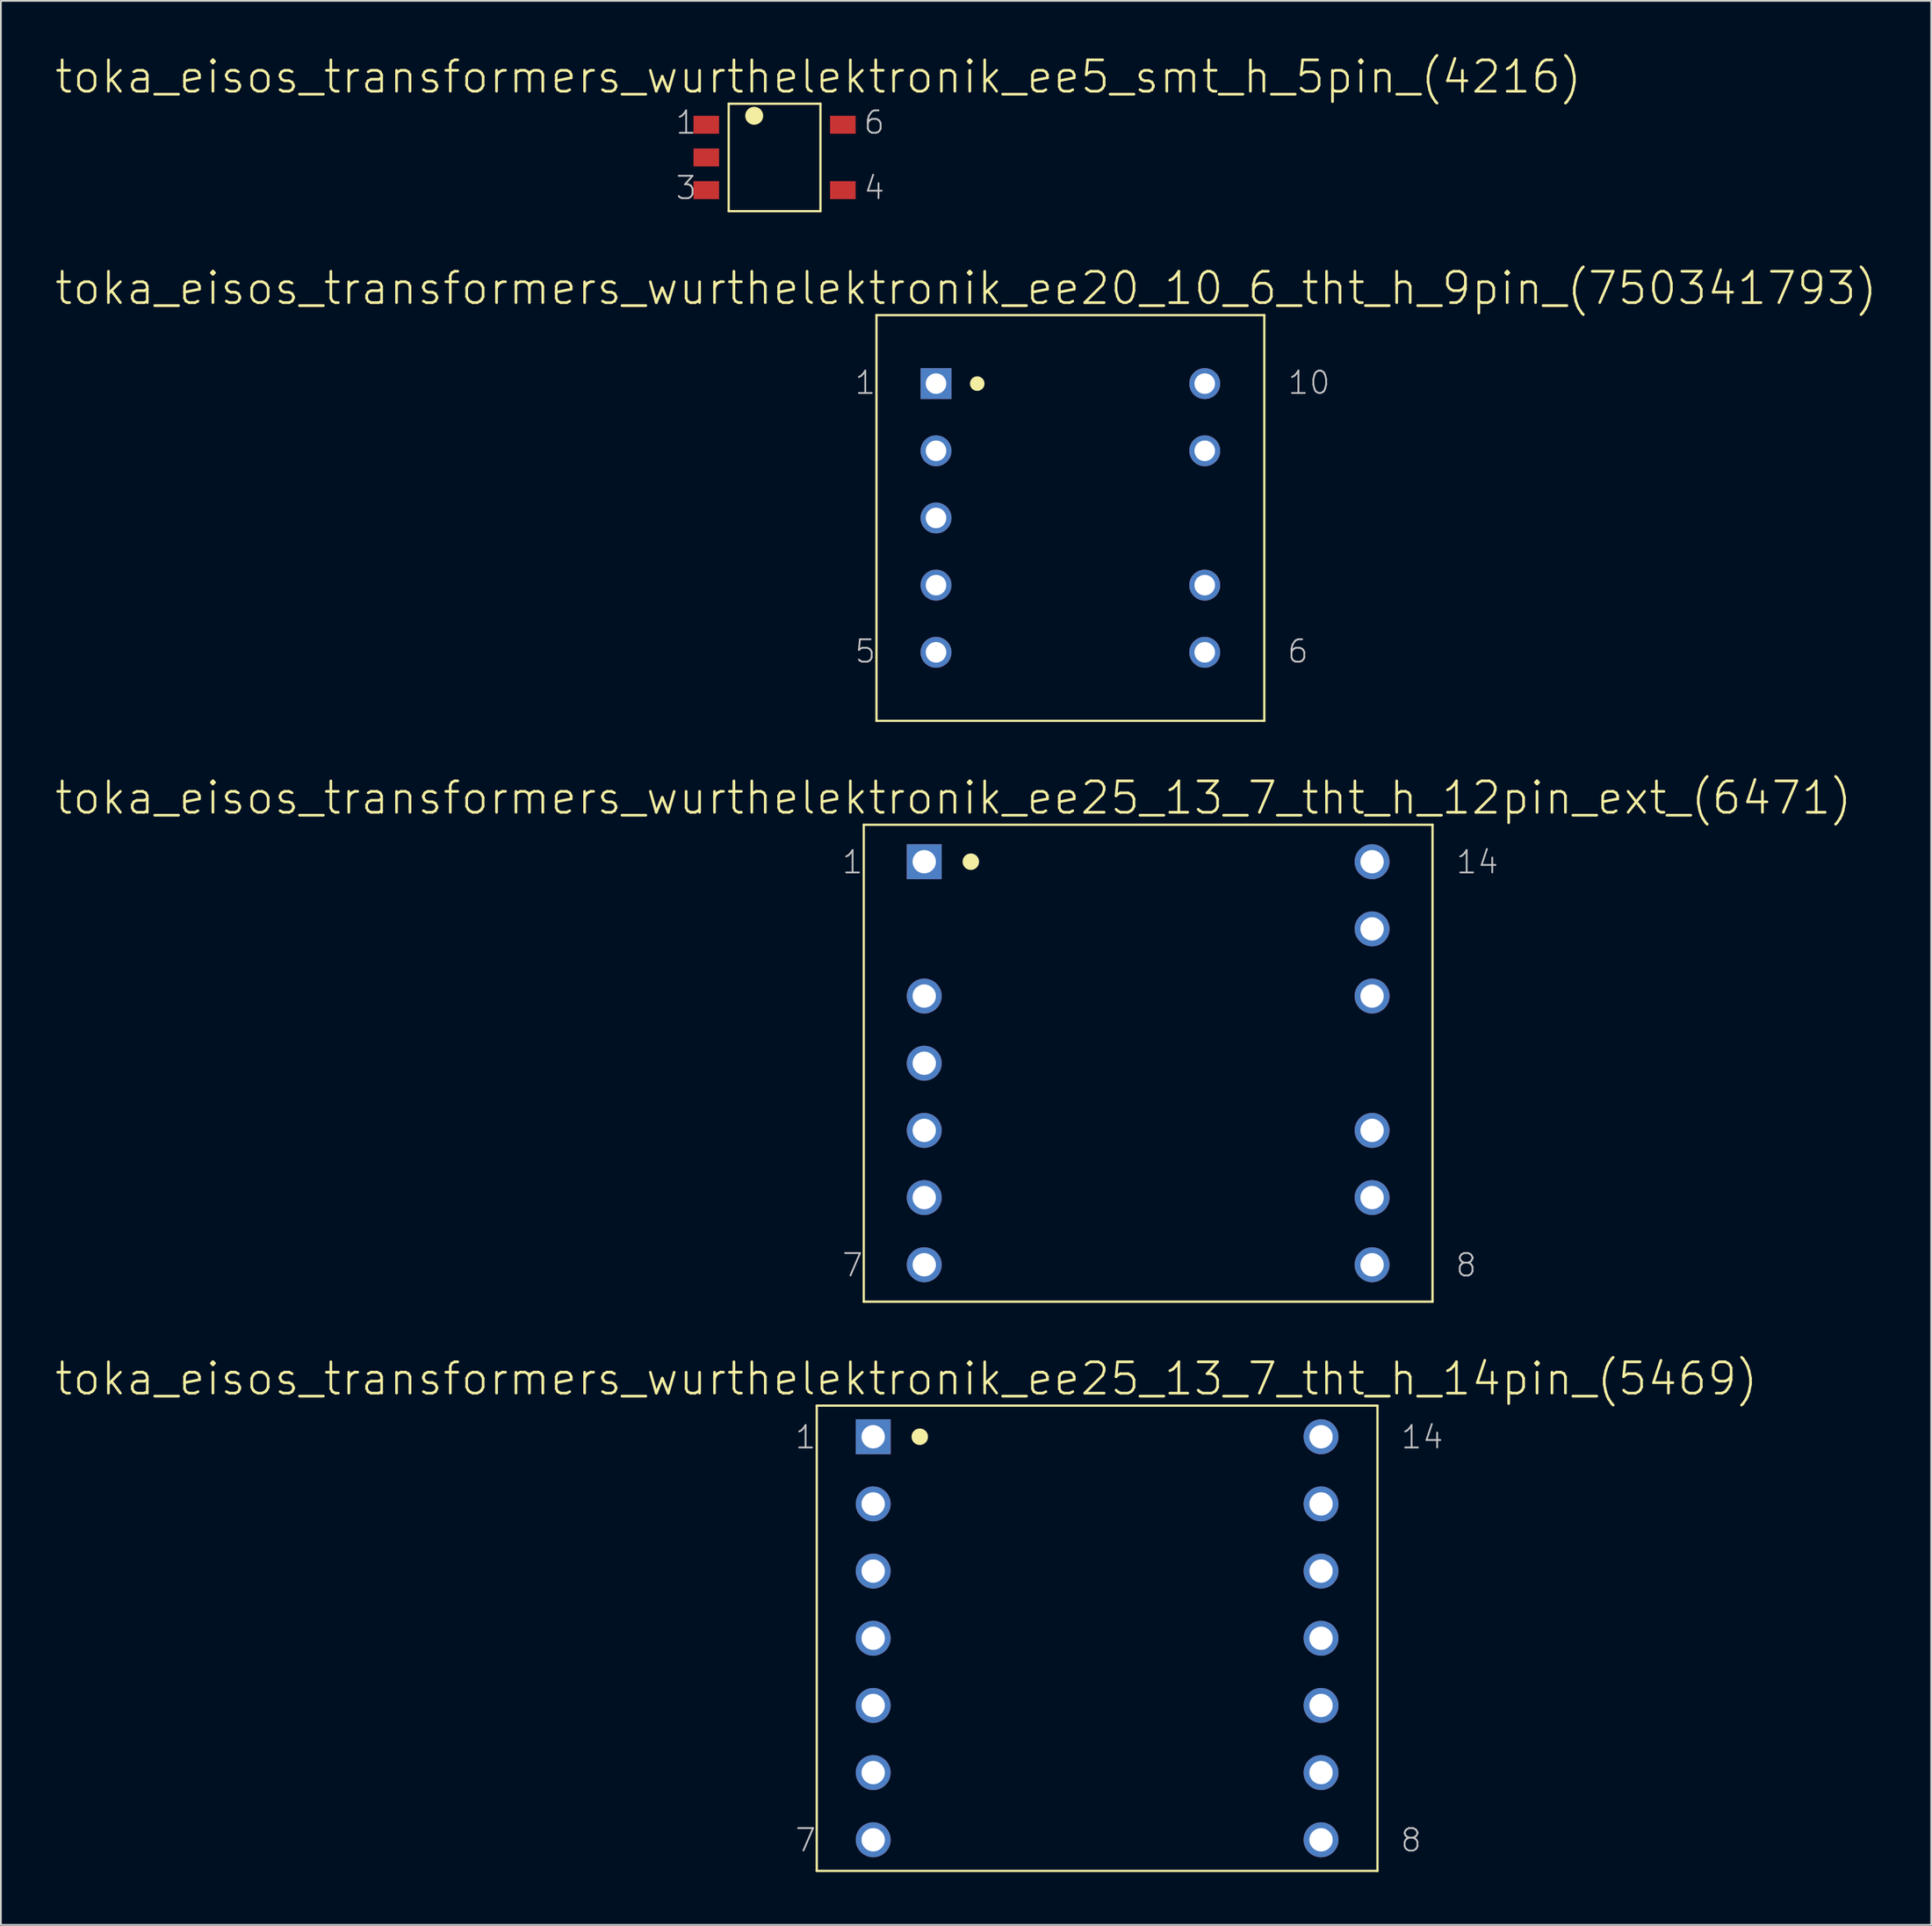
<source format=kicad_pcb>
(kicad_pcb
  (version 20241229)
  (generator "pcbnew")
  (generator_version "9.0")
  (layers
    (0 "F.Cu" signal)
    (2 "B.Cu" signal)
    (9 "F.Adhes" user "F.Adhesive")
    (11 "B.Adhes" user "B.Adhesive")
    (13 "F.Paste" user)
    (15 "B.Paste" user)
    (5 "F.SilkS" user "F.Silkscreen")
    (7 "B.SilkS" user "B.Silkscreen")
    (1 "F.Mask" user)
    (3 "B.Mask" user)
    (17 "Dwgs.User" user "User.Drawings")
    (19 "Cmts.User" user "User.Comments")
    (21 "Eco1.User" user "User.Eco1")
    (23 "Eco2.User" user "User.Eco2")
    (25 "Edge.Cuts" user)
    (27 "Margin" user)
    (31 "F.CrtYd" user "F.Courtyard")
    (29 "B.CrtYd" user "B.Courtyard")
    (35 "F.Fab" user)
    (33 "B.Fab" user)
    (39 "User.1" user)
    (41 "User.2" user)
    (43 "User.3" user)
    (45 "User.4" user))
  (footprint "toka_eisos_transformers_wurthelektronik_ee5_smt_h_5pin_(4216)"
    (layer "F.Cu")
    (at 40.881 5.88)
    (property "Reference" "toka_eisos_transformers_wurthelektronik_ee5_smt_h_5pin_(4216)" (at 2.477 -4.572 0) (layer "F.SilkS") (effects (font (size 1.778 1.778) (thickness 0.152))))
    (attr smd)
    (fp_line (start -2.603 -3.048) (end -2.603 3.048) (stroke (width 0.127) (type solid)) (layer "F.SilkS"))
    (fp_line (start -2.603 -3.048) (end 2.603 -3.048) (stroke (width 0.127) (type solid)) (layer "F.SilkS"))
    (fp_line (start -2.603 3.048) (end 2.603 3.048) (stroke (width 0.127) (type solid)) (layer "F.SilkS"))
    (fp_line (start 2.603 -3.048) (end 2.603 3.048) (stroke (width 0.127) (type solid)) (layer "F.SilkS"))
    (fp_circle (center -1.156 -2.362) (end -1.516 -2.723) (stroke (width 0) (type solid)) (fill yes) (layer "F.SilkS"))
    (fp_text user "6" (at 5.652 -1.981 0) (layer "Dwgs.User") (effects (font (size 1.27 1.27) (thickness 0.102))))
    (fp_text user "3" (at -5.016 1.727 0) (layer "Dwgs.User") (effects (font (size 1.27 1.27) (thickness 0.102))))
    (fp_text user "1" (at -5.016 -1.981 0) (layer "Dwgs.User") (effects (font (size 1.27 1.27) (thickness 0.102))))
    (fp_text user "4" (at 5.652 1.727 0) (layer "Dwgs.User") (effects (font (size 1.27 1.27) (thickness 0.102))))
    (pad "1" smd rect (at -3.873 -1.854) (size 1.448 1.016) (layers "F.Cu" "F.Mask" "F.Paste"))
    (pad "2" smd rect (at -3.873 0) (size 1.448 1.016) (layers "F.Cu" "F.Mask" "F.Paste"))
    (pad "3" smd rect (at -3.873 1.854) (size 1.448 1.016) (layers "F.Cu" "F.Mask" "F.Paste"))
    (pad "4" smd rect (at 3.873 1.854) (size 1.448 1.016) (layers "F.Cu" "F.Mask" "F.Paste"))
    (pad "6" smd rect (at 3.873 -1.854) (size 1.448 1.016) (layers "F.Cu" "F.Mask" "F.Paste")))
  (footprint "toka_eisos_transformers_wurthelektronik_ee20_10_6_tht_h_9pin_(750341793)"
    (layer "F.Cu")
    (at 57.658 26.329)
    (property "Reference" "toka_eisos_transformers_wurthelektronik_ee20_10_6_tht_h_9pin_(750341793)" (at -5.918 -13.03 0) (layer "F.SilkS") (effects (font (size 1.778 1.778) (thickness 0.152))))
    (attr exclude_from_pos_files exclude_from_bom)
    (fp_line (start -10.998 -11.506) (end -10.998 11.506) (stroke (width 0.127) (type solid)) (layer "F.SilkS"))
    (fp_line (start -10.998 -11.506) (end 10.998 -11.506) (stroke (width 0.127) (type solid)) (layer "F.SilkS"))
    (fp_line (start -10.998 11.506) (end 10.998 11.506) (stroke (width 0.127) (type solid)) (layer "F.SilkS"))
    (fp_line (start 10.998 -11.506) (end 10.998 11.506) (stroke (width 0.127) (type solid)) (layer "F.SilkS"))
    (fp_circle (center -5.283 -7.62) (end -5.575 -7.912) (stroke (width 0) (type solid)) (fill yes) (layer "F.SilkS"))
    (fp_text user "5" (at -11.633 7.569 0) (layer "Dwgs.User") (effects (font (size 1.27 1.27) (thickness 0.102))))
    (fp_text user "6" (at 12.903 7.569 0) (layer "Dwgs.User") (effects (font (size 1.27 1.27) (thickness 0.102))))
    (fp_text user "10" (at 13.538 -7.671 0) (layer "Dwgs.User") (effects (font (size 1.27 1.27) (thickness 0.102))))
    (fp_text user "1" (at -11.633 -7.671 0) (layer "Dwgs.User") (effects (font (size 1.27 1.27) (thickness 0.102))))
    (pad "1" thru_hole rect (at -7.62 -7.62) (size 1.753 1.753) (drill 1.168) (layers "*.Cu" "*.Paste" "*.Mask"))
    (pad "2" thru_hole circle (at -7.62 -3.81) (size 1.753 1.753) (drill 1.168) (layers "*.Cu" "*.Paste" "*.Mask"))
    (pad "3" thru_hole circle (at -7.62 0) (size 1.753 1.753) (drill 1.168) (layers "*.Cu" "*.Paste" "*.Mask"))
    (pad "4" thru_hole circle (at -7.62 3.81) (size 1.753 1.753) (drill 1.168) (layers "*.Cu" "*.Paste" "*.Mask"))
    (pad "5" thru_hole circle (at -7.62 7.62) (size 1.753 1.753) (drill 1.168) (layers "*.Cu" "*.Paste" "*.Mask"))
    (pad "6" thru_hole circle (at 7.62 7.62) (size 1.753 1.753) (drill 1.168) (layers "*.Cu" "*.Paste" "*.Mask"))
    (pad "7" thru_hole circle (at 7.62 3.81) (size 1.753 1.753) (drill 1.168) (layers "*.Cu" "*.Paste" "*.Mask"))
    (pad "9" thru_hole circle (at 7.62 -3.81) (size 1.753 1.753) (drill 1.168) (layers "*.Cu" "*.Paste" "*.Mask"))
    (pad "10" thru_hole circle (at 7.62 -7.62) (size 1.753 1.753) (drill 1.168) (layers "*.Cu" "*.Paste" "*.Mask")))
  (footprint "toka_eisos_transformers_wurthelektronik_ee25_13_7_tht_h_12pin_ext_(6471)"
    (layer "F.Cu")
    (at 62.069 57.256)
    (property "Reference" "toka_eisos_transformers_wurthelektronik_ee25_13_7_tht_h_12pin_ext_(6471)" (at -11.049 -15.05 0) (layer "F.SilkS") (effects (font (size 1.778 1.778) (thickness 0.152))))
    (attr exclude_from_pos_files exclude_from_bom)
    (fp_line (start -16.129 -13.525) (end -16.129 13.525) (stroke (width 0.127) (type solid)) (layer "F.SilkS"))
    (fp_line (start -16.129 -13.525) (end 16.129 -13.525) (stroke (width 0.127) (type solid)) (layer "F.SilkS"))
    (fp_line (start -16.129 13.525) (end 16.129 13.525) (stroke (width 0.127) (type solid)) (layer "F.SilkS"))
    (fp_line (start 16.129 -13.525) (end 16.129 13.525) (stroke (width 0.127) (type solid)) (layer "F.SilkS"))
    (fp_circle (center -10.058 -11.43) (end -10.389 -11.76) (stroke (width 0) (type solid)) (fill yes) (layer "F.SilkS"))
    (fp_text user "14" (at 18.669 -11.405 0) (layer "Dwgs.User") (effects (font (size 1.27 1.27) (thickness 0.102))))
    (fp_text user "8" (at 18.034 11.455 0) (layer "Dwgs.User") (effects (font (size 1.27 1.27) (thickness 0.102))))
    (fp_text user "7" (at -16.764 11.455 0) (layer "Dwgs.User") (effects (font (size 1.27 1.27) (thickness 0.102))))
    (fp_text user "1" (at -16.764 -11.405 0) (layer "Dwgs.User") (effects (font (size 1.27 1.27) (thickness 0.102))))
    (pad "1" thru_hole rect (at -12.7 -11.43) (size 1.981 1.981) (drill 1.321) (layers "*.Cu" "*.Paste" "*.Mask"))
    (pad "3" thru_hole circle (at -12.7 -3.81) (size 1.981 1.981) (drill 1.321) (layers "*.Cu" "*.Paste" "*.Mask"))
    (pad "4" thru_hole circle (at -12.7 0) (size 1.981 1.981) (drill 1.321) (layers "*.Cu" "*.Paste" "*.Mask"))
    (pad "5" thru_hole circle (at -12.7 3.81) (size 1.981 1.981) (drill 1.321) (layers "*.Cu" "*.Paste" "*.Mask"))
    (pad "6" thru_hole circle (at -12.7 7.62) (size 1.981 1.981) (drill 1.321) (layers "*.Cu" "*.Paste" "*.Mask"))
    (pad "7" thru_hole circle (at -12.7 11.43) (size 1.981 1.981) (drill 1.321) (layers "*.Cu" "*.Paste" "*.Mask"))
    (pad "8" thru_hole circle (at 12.7 11.43) (size 1.981 1.981) (drill 1.321) (layers "*.Cu" "*.Paste" "*.Mask"))
    (pad "9" thru_hole circle (at 12.7 7.62) (size 1.981 1.981) (drill 1.321) (layers "*.Cu" "*.Paste" "*.Mask"))
    (pad "10" thru_hole circle (at 12.7 3.81) (size 1.981 1.981) (drill 1.321) (layers "*.Cu" "*.Paste" "*.Mask"))
    (pad "12" thru_hole circle (at 12.7 -3.81) (size 1.981 1.981) (drill 1.321) (layers "*.Cu" "*.Paste" "*.Mask"))
    (pad "13" thru_hole circle (at 12.7 -7.62) (size 1.981 1.981) (drill 1.321) (layers "*.Cu" "*.Paste" "*.Mask"))
    (pad "14" thru_hole circle (at 12.7 -11.43) (size 1.981 1.981) (drill 1.321) (layers "*.Cu" "*.Paste" "*.Mask")))
  (footprint "toka_eisos_transformers_wurthelektronik_ee25_13_7_tht_h_14pin_(5469)"
    (layer "F.Cu")
    (at 59.174 89.872)
    (property "Reference" "toka_eisos_transformers_wurthelektronik_ee25_13_7_tht_h_14pin_(5469)" (at -10.82 -14.719 0) (layer "F.SilkS") (effects (font (size 1.778 1.778) (thickness 0.152))))
    (attr exclude_from_pos_files exclude_from_bom)
    (fp_line (start -15.9 -13.195) (end -15.9 13.195) (stroke (width 0.127) (type solid)) (layer "F.SilkS"))
    (fp_line (start -15.9 -13.195) (end 15.9 -13.195) (stroke (width 0.127) (type solid)) (layer "F.SilkS"))
    (fp_line (start -15.9 13.195) (end 15.9 13.195) (stroke (width 0.127) (type solid)) (layer "F.SilkS"))
    (fp_line (start 15.9 -13.195) (end 15.9 13.195) (stroke (width 0.127) (type solid)) (layer "F.SilkS"))
    (fp_circle (center -10.058 -11.43) (end -10.389 -11.76) (stroke (width 0) (type solid)) (fill yes) (layer "F.SilkS"))
    (fp_text user "1" (at -16.535 -11.405 0) (layer "Dwgs.User") (effects (font (size 1.27 1.27) (thickness 0.102))))
    (fp_text user "7" (at -16.535 11.455 0) (layer "Dwgs.User") (effects (font (size 1.27 1.27) (thickness 0.102))))
    (fp_text user "14" (at 18.44 -11.405 0) (layer "Dwgs.User") (effects (font (size 1.27 1.27) (thickness 0.102))))
    (fp_text user "8" (at 17.805 11.455 0) (layer "Dwgs.User") (effects (font (size 1.27 1.27) (thickness 0.102))))
    (pad "1" thru_hole rect (at -12.7 -11.43) (size 1.981 1.981) (drill 1.321) (layers "*.Cu" "*.Paste" "*.Mask"))
    (pad "2" thru_hole circle (at -12.7 -7.62) (size 1.981 1.981) (drill 1.321) (layers "*.Cu" "*.Paste" "*.Mask"))
    (pad "3" thru_hole circle (at -12.7 -3.81) (size 1.981 1.981) (drill 1.321) (layers "*.Cu" "*.Paste" "*.Mask"))
    (pad "4" thru_hole circle (at -12.7 0) (size 1.981 1.981) (drill 1.321) (layers "*.Cu" "*.Paste" "*.Mask"))
    (pad "5" thru_hole circle (at -12.7 3.81) (size 1.981 1.981) (drill 1.321) (layers "*.Cu" "*.Paste" "*.Mask"))
    (pad "6" thru_hole circle (at -12.7 7.62) (size 1.981 1.981) (drill 1.321) (layers "*.Cu" "*.Paste" "*.Mask"))
    (pad "7" thru_hole circle (at -12.7 11.43) (size 1.981 1.981) (drill 1.321) (layers "*.Cu" "*.Paste" "*.Mask"))
    (pad "8" thru_hole circle (at 12.7 11.43) (size 1.981 1.981) (drill 1.321) (layers "*.Cu" "*.Paste" "*.Mask"))
    (pad "9" thru_hole circle (at 12.7 7.62) (size 1.981 1.981) (drill 1.321) (layers "*.Cu" "*.Paste" "*.Mask"))
    (pad "10" thru_hole circle (at 12.7 3.81) (size 1.981 1.981) (drill 1.321) (layers "*.Cu" "*.Paste" "*.Mask"))
    (pad "11" thru_hole circle (at 12.7 0) (size 1.981 1.981) (drill 1.321) (layers "*.Cu" "*.Paste" "*.Mask"))
    (pad "12" thru_hole circle (at 12.7 -3.81) (size 1.981 1.981) (drill 1.321) (layers "*.Cu" "*.Paste" "*.Mask"))
    (pad "13" thru_hole circle (at 12.7 -7.62) (size 1.981 1.981) (drill 1.321) (layers "*.Cu" "*.Paste" "*.Mask"))
    (pad "14" thru_hole circle (at 12.7 -11.43) (size 1.981 1.981) (drill 1.321) (layers "*.Cu" "*.Paste" "*.Mask")))
  (gr_rect
    (start -3 -3)
    (end 106.48 106.13)
    (stroke (width 0.1) (type default))
    (fill no)
    (layer "Edge.Cuts")))
</source>
